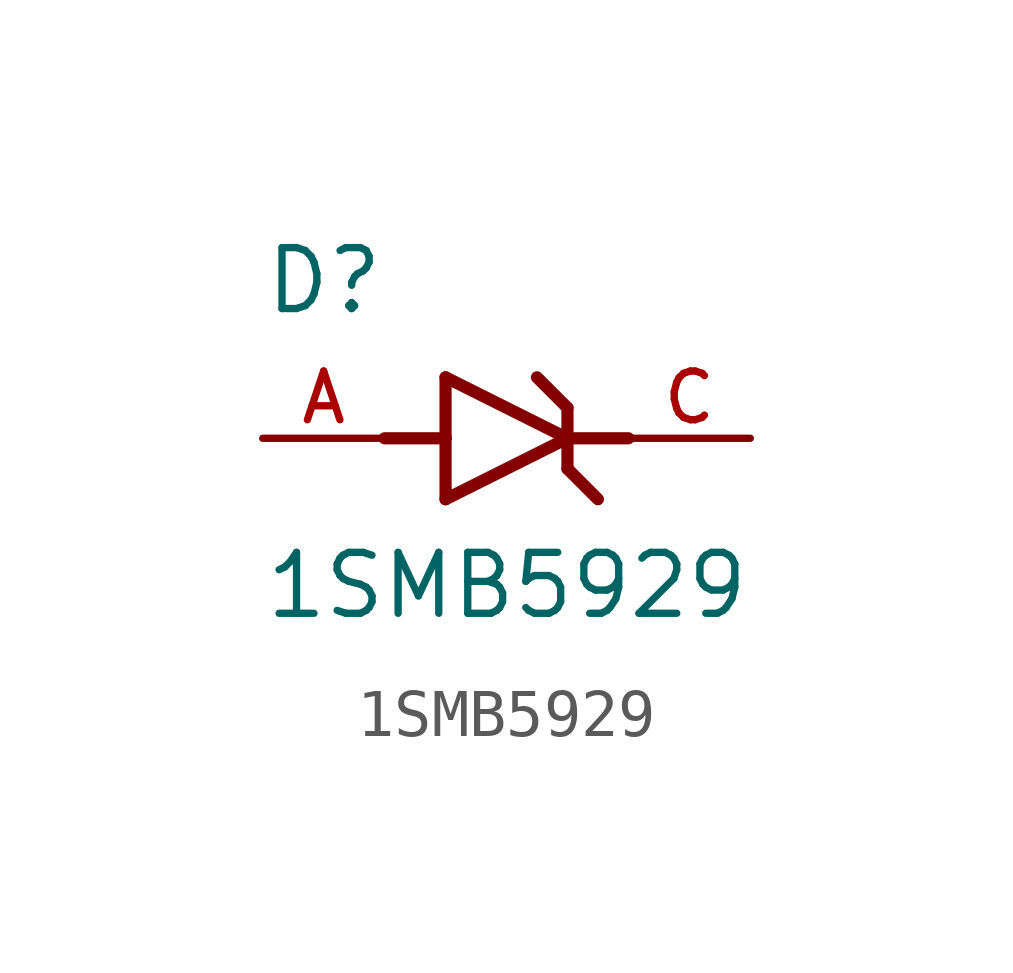
<source format=kicad_sym>
(kicad_symbol_lib
  (version 20211014)
  (generator kicad_symbol_editor)
  (symbol "1SMB5929"
    (pin_names
      (offset 1.016))
    (property "Reference" "D"
      (at -5.08 2.54 0)
      (effects (font (size 1.27 1.27)) (justify bottom left)))
    (property "Value" "1SMB5929"
      (at -5.08 -3.81 0)
      (effects (font (size 1.27 1.27)) (justify bottom left)))
    (symbol "1SMB5929_0_0"
      (polyline (pts (xy -1.27 -1.27) (xy 1.27 0.0)) (stroke (width 0.254)))
      (polyline (pts (xy 1.27 0.0) (xy -1.27 1.27)) (stroke (width 0.254)))
      (polyline (pts (xy 1.27 0.635) (xy 1.27 0.0)) (stroke (width 0.254)))
      (polyline (pts (xy -1.27 1.27) (xy -1.27 0.0)) (stroke (width 0.254)))
      (polyline (pts (xy -1.27 0.0) (xy -1.27 -1.27)) (stroke (width 0.254)))
      (polyline (pts (xy 1.27 0.0) (xy 1.27 -0.635)) (stroke (width 0.254)))
      (polyline (pts (xy -2.54 0.0) (xy -1.27 0.0)) (stroke (width 0.254)))
      (polyline (pts (xy 2.54 0.0) (xy 1.27 0.0)) (stroke (width 0.254)))
      (polyline (pts (xy 0.635 1.27) (xy 1.27 0.635)) (stroke (width 0.254)))
      (polyline (pts (xy 1.27 -0.635) (xy 1.905 -1.27)) (stroke (width 0.254)))
      (pin passive line (at 5.08 0.0 180.0) (length 2.54) (name "~" (effects (font (size 1.016 1.016)))) (number "C" (effects (font (size 1.016 1.016)))))
      (pin passive line (at -5.08 0.0 0) (length 2.54) (name "~" (effects (font (size 1.016 1.016)))) (number "A" (effects (font (size 1.016 1.016))))))))
</source>
